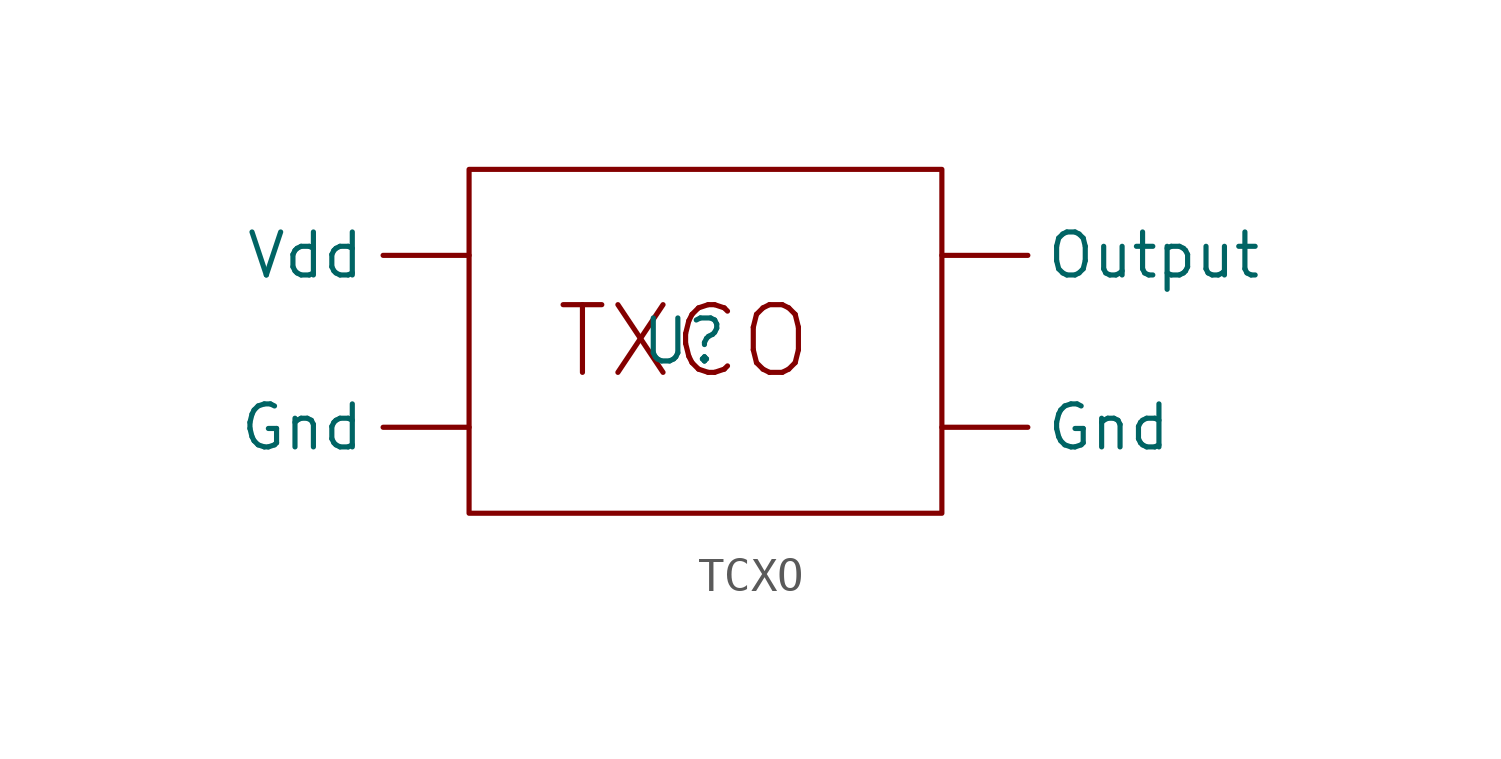
<source format=kicad_sym>
(kicad_symbol_lib
  (version 20220914)
  (generator kicad_symbol_editor)
  (symbol "TCXO"
    (property "Reference" "U"
      (at 0 0 0)
      (effects (font (size 1.27 1.27))))
    (property "Value" ""
      (at 0 0 0)
      (effects (font (size 1.27 1.27))))
    (symbol "TCXO_0_1"
      (polyline (pts (xy 0 -5.08) (xy 7.62 -5.08) (xy 7.62 5.08) (xy -6.35 5.08) (xy -6.35 -5.08) (xy 0 -5.08)) (stroke (width 0) (type default)) (fill (type none))))
    (symbol "TCXO_1_1"
      (text "TXCO\n" (at 0 0 0) (effects (font (size 2 2))))
      (pin input line (at -6.35 -2.54 180) (length 2.54) (name "Gnd" (effects (font (size 1.27 1.27)))) (number "" (effects (font (size 1.27 1.27)))))
      (pin input line (at 7.62 -2.54 0) (length 2.54) (name "Gnd" (effects (font (size 1.27 1.27)))) (number "" (effects (font (size 1.27 1.27)))))
      (pin output line (at 7.62 2.54 0) (length 2.54) (name "Output" (effects (font (size 1.27 1.27)))) (number "" (effects (font (size 1.27 1.27)))))
      (pin input line (at -6.35 2.54 180) (length 2.54) (name "Vdd" (effects (font (size 1.27 1.27)))) (number "" (effects (font (size 1.27 1.27))))))))
</source>
